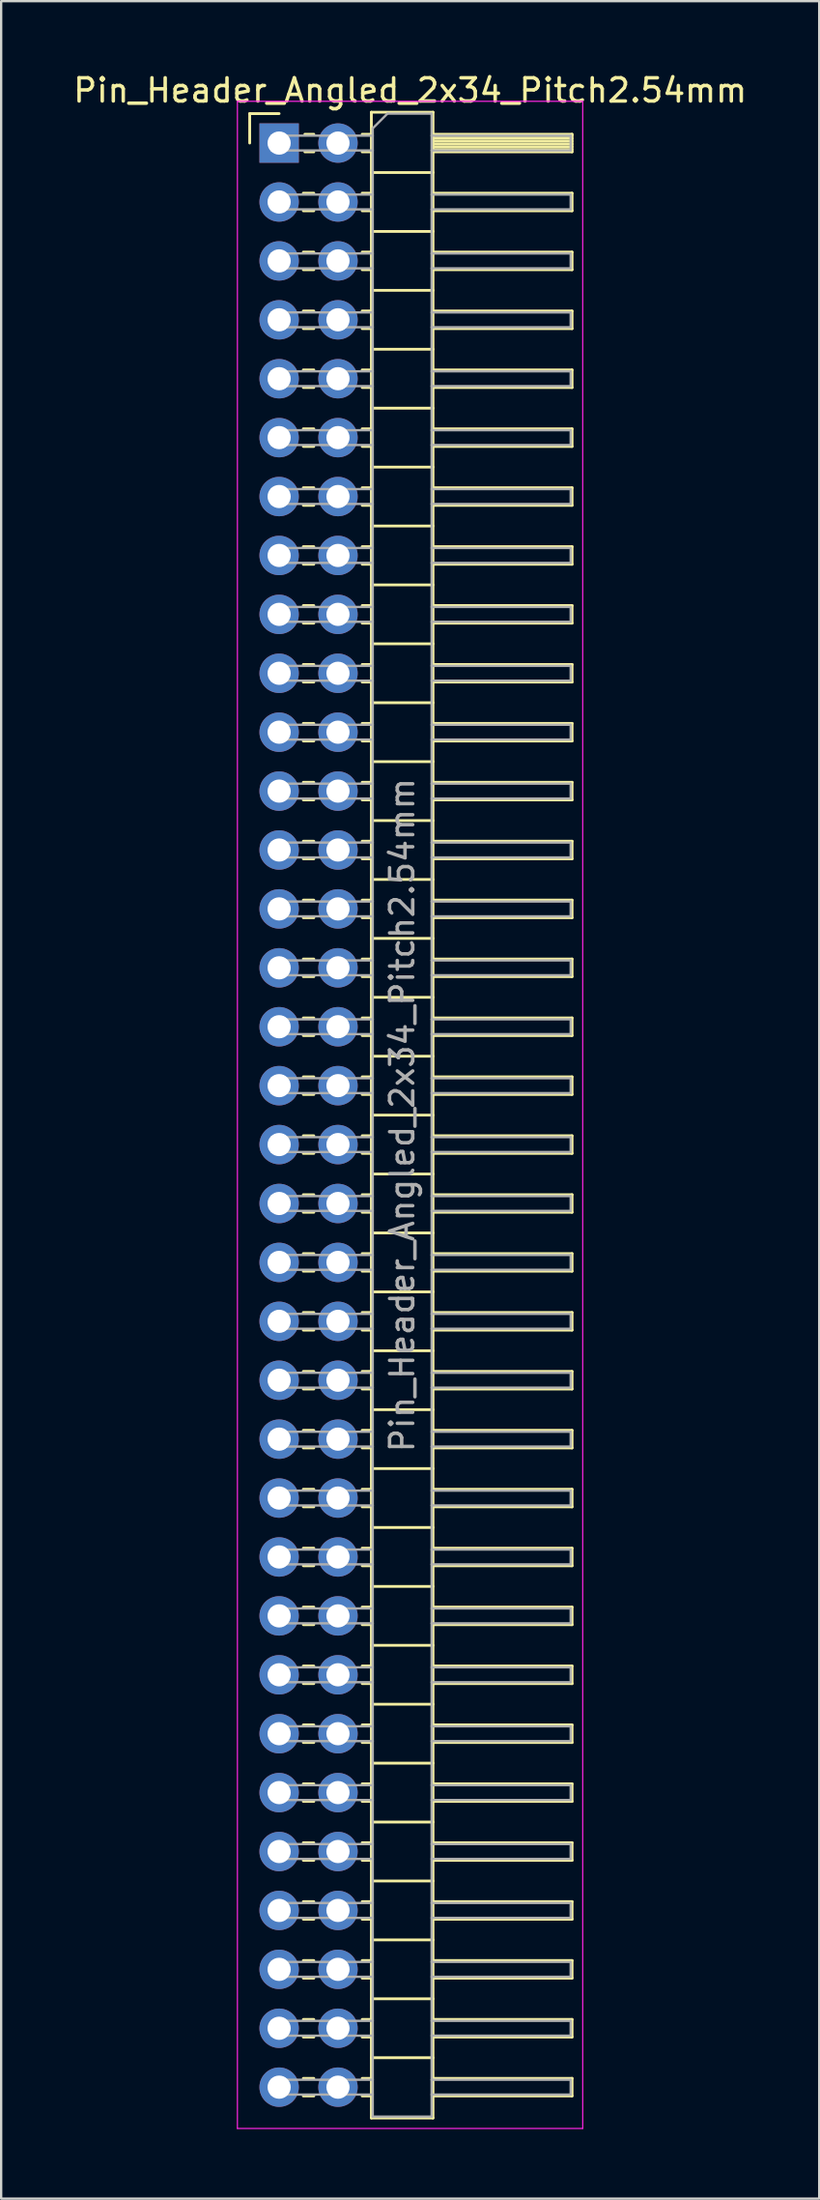
<source format=kicad_pcb>
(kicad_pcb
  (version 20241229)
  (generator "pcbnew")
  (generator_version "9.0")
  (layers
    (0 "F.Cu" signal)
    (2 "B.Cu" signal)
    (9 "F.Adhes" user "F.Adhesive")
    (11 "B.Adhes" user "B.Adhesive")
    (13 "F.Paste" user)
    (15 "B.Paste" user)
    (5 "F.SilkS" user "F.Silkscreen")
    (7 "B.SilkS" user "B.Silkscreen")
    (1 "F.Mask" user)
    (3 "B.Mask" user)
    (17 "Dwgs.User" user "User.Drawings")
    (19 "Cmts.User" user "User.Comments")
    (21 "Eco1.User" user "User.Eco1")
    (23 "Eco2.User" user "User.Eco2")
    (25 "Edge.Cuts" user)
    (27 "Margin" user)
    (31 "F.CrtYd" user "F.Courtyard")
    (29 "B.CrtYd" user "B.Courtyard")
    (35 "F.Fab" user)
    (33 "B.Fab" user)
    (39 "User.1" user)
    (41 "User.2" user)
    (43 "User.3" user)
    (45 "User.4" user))
  (footprint "Pin_Header_Angled_2x34_Pitch2.54mm"
    (layer "F.Cu")
    (at 8.994 3.118)
    (property "Reference" "Pin_Header_Angled_2x34_Pitch2.54mm" (at 5.655 -2.27 0) (layer "F.SilkS") (effects (font (size 1 1) (thickness 0.15))))
    (attr through_hole)
    (fp_line (start -1.27 -1.27) (end 0 -1.27) (stroke (width 0.12) (type solid)) (layer "F.SilkS"))
    (fp_line (start -1.27 0) (end -1.27 -1.27) (stroke (width 0.12) (type solid)) (layer "F.SilkS"))
    (fp_line (start 1.043 2.16) (end 1.497 2.16) (stroke (width 0.12) (type solid)) (layer "F.SilkS"))
    (fp_line (start 1.043 2.92) (end 1.497 2.92) (stroke (width 0.12) (type solid)) (layer "F.SilkS"))
    (fp_line (start 1.043 4.7) (end 1.497 4.7) (stroke (width 0.12) (type solid)) (layer "F.SilkS"))
    (fp_line (start 1.043 5.46) (end 1.497 5.46) (stroke (width 0.12) (type solid)) (layer "F.SilkS"))
    (fp_line (start 1.043 7.24) (end 1.497 7.24) (stroke (width 0.12) (type solid)) (layer "F.SilkS"))
    (fp_line (start 1.043 8) (end 1.497 8) (stroke (width 0.12) (type solid)) (layer "F.SilkS"))
    (fp_line (start 1.043 9.78) (end 1.497 9.78) (stroke (width 0.12) (type solid)) (layer "F.SilkS"))
    (fp_line (start 1.043 10.54) (end 1.497 10.54) (stroke (width 0.12) (type solid)) (layer "F.SilkS"))
    (fp_line (start 1.043 12.32) (end 1.497 12.32) (stroke (width 0.12) (type solid)) (layer "F.SilkS"))
    (fp_line (start 1.043 13.08) (end 1.497 13.08) (stroke (width 0.12) (type solid)) (layer "F.SilkS"))
    (fp_line (start 1.043 14.86) (end 1.497 14.86) (stroke (width 0.12) (type solid)) (layer "F.SilkS"))
    (fp_line (start 1.043 15.62) (end 1.497 15.62) (stroke (width 0.12) (type solid)) (layer "F.SilkS"))
    (fp_line (start 1.043 17.4) (end 1.497 17.4) (stroke (width 0.12) (type solid)) (layer "F.SilkS"))
    (fp_line (start 1.043 18.16) (end 1.497 18.16) (stroke (width 0.12) (type solid)) (layer "F.SilkS"))
    (fp_line (start 1.043 19.94) (end 1.497 19.94) (stroke (width 0.12) (type solid)) (layer "F.SilkS"))
    (fp_line (start 1.043 20.7) (end 1.497 20.7) (stroke (width 0.12) (type solid)) (layer "F.SilkS"))
    (fp_line (start 1.043 22.48) (end 1.497 22.48) (stroke (width 0.12) (type solid)) (layer "F.SilkS"))
    (fp_line (start 1.043 23.24) (end 1.497 23.24) (stroke (width 0.12) (type solid)) (layer "F.SilkS"))
    (fp_line (start 1.043 25.02) (end 1.497 25.02) (stroke (width 0.12) (type solid)) (layer "F.SilkS"))
    (fp_line (start 1.043 25.78) (end 1.497 25.78) (stroke (width 0.12) (type solid)) (layer "F.SilkS"))
    (fp_line (start 1.043 27.56) (end 1.497 27.56) (stroke (width 0.12) (type solid)) (layer "F.SilkS"))
    (fp_line (start 1.043 28.32) (end 1.497 28.32) (stroke (width 0.12) (type solid)) (layer "F.SilkS"))
    (fp_line (start 1.043 30.1) (end 1.497 30.1) (stroke (width 0.12) (type solid)) (layer "F.SilkS"))
    (fp_line (start 1.043 30.86) (end 1.497 30.86) (stroke (width 0.12) (type solid)) (layer "F.SilkS"))
    (fp_line (start 1.043 32.64) (end 1.497 32.64) (stroke (width 0.12) (type solid)) (layer "F.SilkS"))
    (fp_line (start 1.043 33.4) (end 1.497 33.4) (stroke (width 0.12) (type solid)) (layer "F.SilkS"))
    (fp_line (start 1.043 35.18) (end 1.497 35.18) (stroke (width 0.12) (type solid)) (layer "F.SilkS"))
    (fp_line (start 1.043 35.94) (end 1.497 35.94) (stroke (width 0.12) (type solid)) (layer "F.SilkS"))
    (fp_line (start 1.043 37.72) (end 1.497 37.72) (stroke (width 0.12) (type solid)) (layer "F.SilkS"))
    (fp_line (start 1.043 38.48) (end 1.497 38.48) (stroke (width 0.12) (type solid)) (layer "F.SilkS"))
    (fp_line (start 1.043 40.26) (end 1.497 40.26) (stroke (width 0.12) (type solid)) (layer "F.SilkS"))
    (fp_line (start 1.043 41.02) (end 1.497 41.02) (stroke (width 0.12) (type solid)) (layer "F.SilkS"))
    (fp_line (start 1.043 42.8) (end 1.497 42.8) (stroke (width 0.12) (type solid)) (layer "F.SilkS"))
    (fp_line (start 1.043 43.56) (end 1.497 43.56) (stroke (width 0.12) (type solid)) (layer "F.SilkS"))
    (fp_line (start 1.043 45.34) (end 1.497 45.34) (stroke (width 0.12) (type solid)) (layer "F.SilkS"))
    (fp_line (start 1.043 46.1) (end 1.497 46.1) (stroke (width 0.12) (type solid)) (layer "F.SilkS"))
    (fp_line (start 1.043 47.88) (end 1.497 47.88) (stroke (width 0.12) (type solid)) (layer "F.SilkS"))
    (fp_line (start 1.043 48.64) (end 1.497 48.64) (stroke (width 0.12) (type solid)) (layer "F.SilkS"))
    (fp_line (start 1.043 50.42) (end 1.497 50.42) (stroke (width 0.12) (type solid)) (layer "F.SilkS"))
    (fp_line (start 1.043 51.18) (end 1.497 51.18) (stroke (width 0.12) (type solid)) (layer "F.SilkS"))
    (fp_line (start 1.043 52.96) (end 1.497 52.96) (stroke (width 0.12) (type solid)) (layer "F.SilkS"))
    (fp_line (start 1.043 53.72) (end 1.497 53.72) (stroke (width 0.12) (type solid)) (layer "F.SilkS"))
    (fp_line (start 1.043 55.5) (end 1.497 55.5) (stroke (width 0.12) (type solid)) (layer "F.SilkS"))
    (fp_line (start 1.043 56.26) (end 1.497 56.26) (stroke (width 0.12) (type solid)) (layer "F.SilkS"))
    (fp_line (start 1.043 58.04) (end 1.497 58.04) (stroke (width 0.12) (type solid)) (layer "F.SilkS"))
    (fp_line (start 1.043 58.8) (end 1.497 58.8) (stroke (width 0.12) (type solid)) (layer "F.SilkS"))
    (fp_line (start 1.043 60.58) (end 1.497 60.58) (stroke (width 0.12) (type solid)) (layer "F.SilkS"))
    (fp_line (start 1.043 61.34) (end 1.497 61.34) (stroke (width 0.12) (type solid)) (layer "F.SilkS"))
    (fp_line (start 1.043 63.12) (end 1.497 63.12) (stroke (width 0.12) (type solid)) (layer "F.SilkS"))
    (fp_line (start 1.043 63.88) (end 1.497 63.88) (stroke (width 0.12) (type solid)) (layer "F.SilkS"))
    (fp_line (start 1.043 65.66) (end 1.497 65.66) (stroke (width 0.12) (type solid)) (layer "F.SilkS"))
    (fp_line (start 1.043 66.42) (end 1.497 66.42) (stroke (width 0.12) (type solid)) (layer "F.SilkS"))
    (fp_line (start 1.043 68.2) (end 1.497 68.2) (stroke (width 0.12) (type solid)) (layer "F.SilkS"))
    (fp_line (start 1.043 68.96) (end 1.497 68.96) (stroke (width 0.12) (type solid)) (layer "F.SilkS"))
    (fp_line (start 1.043 70.74) (end 1.497 70.74) (stroke (width 0.12) (type solid)) (layer "F.SilkS"))
    (fp_line (start 1.043 71.5) (end 1.497 71.5) (stroke (width 0.12) (type solid)) (layer "F.SilkS"))
    (fp_line (start 1.043 73.28) (end 1.497 73.28) (stroke (width 0.12) (type solid)) (layer "F.SilkS"))
    (fp_line (start 1.043 74.04) (end 1.497 74.04) (stroke (width 0.12) (type solid)) (layer "F.SilkS"))
    (fp_line (start 1.043 75.82) (end 1.497 75.82) (stroke (width 0.12) (type solid)) (layer "F.SilkS"))
    (fp_line (start 1.043 76.58) (end 1.497 76.58) (stroke (width 0.12) (type solid)) (layer "F.SilkS"))
    (fp_line (start 1.043 78.36) (end 1.497 78.36) (stroke (width 0.12) (type solid)) (layer "F.SilkS"))
    (fp_line (start 1.043 79.12) (end 1.497 79.12) (stroke (width 0.12) (type solid)) (layer "F.SilkS"))
    (fp_line (start 1.043 80.9) (end 1.497 80.9) (stroke (width 0.12) (type solid)) (layer "F.SilkS"))
    (fp_line (start 1.043 81.66) (end 1.497 81.66) (stroke (width 0.12) (type solid)) (layer "F.SilkS"))
    (fp_line (start 1.043 83.44) (end 1.497 83.44) (stroke (width 0.12) (type solid)) (layer "F.SilkS"))
    (fp_line (start 1.043 84.2) (end 1.497 84.2) (stroke (width 0.12) (type solid)) (layer "F.SilkS"))
    (fp_line (start 1.11 -0.38) (end 1.497 -0.38) (stroke (width 0.12) (type solid)) (layer "F.SilkS"))
    (fp_line (start 1.11 0.38) (end 1.497 0.38) (stroke (width 0.12) (type solid)) (layer "F.SilkS"))
    (fp_line (start 3.583 -0.38) (end 3.98 -0.38) (stroke (width 0.12) (type solid)) (layer "F.SilkS"))
    (fp_line (start 3.583 0.38) (end 3.98 0.38) (stroke (width 0.12) (type solid)) (layer "F.SilkS"))
    (fp_line (start 3.583 2.16) (end 3.98 2.16) (stroke (width 0.12) (type solid)) (layer "F.SilkS"))
    (fp_line (start 3.583 2.92) (end 3.98 2.92) (stroke (width 0.12) (type solid)) (layer "F.SilkS"))
    (fp_line (start 3.583 4.7) (end 3.98 4.7) (stroke (width 0.12) (type solid)) (layer "F.SilkS"))
    (fp_line (start 3.583 5.46) (end 3.98 5.46) (stroke (width 0.12) (type solid)) (layer "F.SilkS"))
    (fp_line (start 3.583 7.24) (end 3.98 7.24) (stroke (width 0.12) (type solid)) (layer "F.SilkS"))
    (fp_line (start 3.583 8) (end 3.98 8) (stroke (width 0.12) (type solid)) (layer "F.SilkS"))
    (fp_line (start 3.583 9.78) (end 3.98 9.78) (stroke (width 0.12) (type solid)) (layer "F.SilkS"))
    (fp_line (start 3.583 10.54) (end 3.98 10.54) (stroke (width 0.12) (type solid)) (layer "F.SilkS"))
    (fp_line (start 3.583 12.32) (end 3.98 12.32) (stroke (width 0.12) (type solid)) (layer "F.SilkS"))
    (fp_line (start 3.583 13.08) (end 3.98 13.08) (stroke (width 0.12) (type solid)) (layer "F.SilkS"))
    (fp_line (start 3.583 14.86) (end 3.98 14.86) (stroke (width 0.12) (type solid)) (layer "F.SilkS"))
    (fp_line (start 3.583 15.62) (end 3.98 15.62) (stroke (width 0.12) (type solid)) (layer "F.SilkS"))
    (fp_line (start 3.583 17.4) (end 3.98 17.4) (stroke (width 0.12) (type solid)) (layer "F.SilkS"))
    (fp_line (start 3.583 18.16) (end 3.98 18.16) (stroke (width 0.12) (type solid)) (layer "F.SilkS"))
    (fp_line (start 3.583 19.94) (end 3.98 19.94) (stroke (width 0.12) (type solid)) (layer "F.SilkS"))
    (fp_line (start 3.583 20.7) (end 3.98 20.7) (stroke (width 0.12) (type solid)) (layer "F.SilkS"))
    (fp_line (start 3.583 22.48) (end 3.98 22.48) (stroke (width 0.12) (type solid)) (layer "F.SilkS"))
    (fp_line (start 3.583 23.24) (end 3.98 23.24) (stroke (width 0.12) (type solid)) (layer "F.SilkS"))
    (fp_line (start 3.583 25.02) (end 3.98 25.02) (stroke (width 0.12) (type solid)) (layer "F.SilkS"))
    (fp_line (start 3.583 25.78) (end 3.98 25.78) (stroke (width 0.12) (type solid)) (layer "F.SilkS"))
    (fp_line (start 3.583 27.56) (end 3.98 27.56) (stroke (width 0.12) (type solid)) (layer "F.SilkS"))
    (fp_line (start 3.583 28.32) (end 3.98 28.32) (stroke (width 0.12) (type solid)) (layer "F.SilkS"))
    (fp_line (start 3.583 30.1) (end 3.98 30.1) (stroke (width 0.12) (type solid)) (layer "F.SilkS"))
    (fp_line (start 3.583 30.86) (end 3.98 30.86) (stroke (width 0.12) (type solid)) (layer "F.SilkS"))
    (fp_line (start 3.583 32.64) (end 3.98 32.64) (stroke (width 0.12) (type solid)) (layer "F.SilkS"))
    (fp_line (start 3.583 33.4) (end 3.98 33.4) (stroke (width 0.12) (type solid)) (layer "F.SilkS"))
    (fp_line (start 3.583 35.18) (end 3.98 35.18) (stroke (width 0.12) (type solid)) (layer "F.SilkS"))
    (fp_line (start 3.583 35.94) (end 3.98 35.94) (stroke (width 0.12) (type solid)) (layer "F.SilkS"))
    (fp_line (start 3.583 37.72) (end 3.98 37.72) (stroke (width 0.12) (type solid)) (layer "F.SilkS"))
    (fp_line (start 3.583 38.48) (end 3.98 38.48) (stroke (width 0.12) (type solid)) (layer "F.SilkS"))
    (fp_line (start 3.583 40.26) (end 3.98 40.26) (stroke (width 0.12) (type solid)) (layer "F.SilkS"))
    (fp_line (start 3.583 41.02) (end 3.98 41.02) (stroke (width 0.12) (type solid)) (layer "F.SilkS"))
    (fp_line (start 3.583 42.8) (end 3.98 42.8) (stroke (width 0.12) (type solid)) (layer "F.SilkS"))
    (fp_line (start 3.583 43.56) (end 3.98 43.56) (stroke (width 0.12) (type solid)) (layer "F.SilkS"))
    (fp_line (start 3.583 45.34) (end 3.98 45.34) (stroke (width 0.12) (type solid)) (layer "F.SilkS"))
    (fp_line (start 3.583 46.1) (end 3.98 46.1) (stroke (width 0.12) (type solid)) (layer "F.SilkS"))
    (fp_line (start 3.583 47.88) (end 3.98 47.88) (stroke (width 0.12) (type solid)) (layer "F.SilkS"))
    (fp_line (start 3.583 48.64) (end 3.98 48.64) (stroke (width 0.12) (type solid)) (layer "F.SilkS"))
    (fp_line (start 3.583 50.42) (end 3.98 50.42) (stroke (width 0.12) (type solid)) (layer "F.SilkS"))
    (fp_line (start 3.583 51.18) (end 3.98 51.18) (stroke (width 0.12) (type solid)) (layer "F.SilkS"))
    (fp_line (start 3.583 52.96) (end 3.98 52.96) (stroke (width 0.12) (type solid)) (layer "F.SilkS"))
    (fp_line (start 3.583 53.72) (end 3.98 53.72) (stroke (width 0.12) (type solid)) (layer "F.SilkS"))
    (fp_line (start 3.583 55.5) (end 3.98 55.5) (stroke (width 0.12) (type solid)) (layer "F.SilkS"))
    (fp_line (start 3.583 56.26) (end 3.98 56.26) (stroke (width 0.12) (type solid)) (layer "F.SilkS"))
    (fp_line (start 3.583 58.04) (end 3.98 58.04) (stroke (width 0.12) (type solid)) (layer "F.SilkS"))
    (fp_line (start 3.583 58.8) (end 3.98 58.8) (stroke (width 0.12) (type solid)) (layer "F.SilkS"))
    (fp_line (start 3.583 60.58) (end 3.98 60.58) (stroke (width 0.12) (type solid)) (layer "F.SilkS"))
    (fp_line (start 3.583 61.34) (end 3.98 61.34) (stroke (width 0.12) (type solid)) (layer "F.SilkS"))
    (fp_line (start 3.583 63.12) (end 3.98 63.12) (stroke (width 0.12) (type solid)) (layer "F.SilkS"))
    (fp_line (start 3.583 63.88) (end 3.98 63.88) (stroke (width 0.12) (type solid)) (layer "F.SilkS"))
    (fp_line (start 3.583 65.66) (end 3.98 65.66) (stroke (width 0.12) (type solid)) (layer "F.SilkS"))
    (fp_line (start 3.583 66.42) (end 3.98 66.42) (stroke (width 0.12) (type solid)) (layer "F.SilkS"))
    (fp_line (start 3.583 68.2) (end 3.98 68.2) (stroke (width 0.12) (type solid)) (layer "F.SilkS"))
    (fp_line (start 3.583 68.96) (end 3.98 68.96) (stroke (width 0.12) (type solid)) (layer "F.SilkS"))
    (fp_line (start 3.583 70.74) (end 3.98 70.74) (stroke (width 0.12) (type solid)) (layer "F.SilkS"))
    (fp_line (start 3.583 71.5) (end 3.98 71.5) (stroke (width 0.12) (type solid)) (layer "F.SilkS"))
    (fp_line (start 3.583 73.28) (end 3.98 73.28) (stroke (width 0.12) (type solid)) (layer "F.SilkS"))
    (fp_line (start 3.583 74.04) (end 3.98 74.04) (stroke (width 0.12) (type solid)) (layer "F.SilkS"))
    (fp_line (start 3.583 75.82) (end 3.98 75.82) (stroke (width 0.12) (type solid)) (layer "F.SilkS"))
    (fp_line (start 3.583 76.58) (end 3.98 76.58) (stroke (width 0.12) (type solid)) (layer "F.SilkS"))
    (fp_line (start 3.583 78.36) (end 3.98 78.36) (stroke (width 0.12) (type solid)) (layer "F.SilkS"))
    (fp_line (start 3.583 79.12) (end 3.98 79.12) (stroke (width 0.12) (type solid)) (layer "F.SilkS"))
    (fp_line (start 3.583 80.9) (end 3.98 80.9) (stroke (width 0.12) (type solid)) (layer "F.SilkS"))
    (fp_line (start 3.583 81.66) (end 3.98 81.66) (stroke (width 0.12) (type solid)) (layer "F.SilkS"))
    (fp_line (start 3.583 83.44) (end 3.98 83.44) (stroke (width 0.12) (type solid)) (layer "F.SilkS"))
    (fp_line (start 3.583 84.2) (end 3.98 84.2) (stroke (width 0.12) (type solid)) (layer "F.SilkS"))
    (fp_line (start 3.98 -1.33) (end 3.98 85.15) (stroke (width 0.12) (type solid)) (layer "F.SilkS"))
    (fp_line (start 3.98 1.27) (end 6.64 1.27) (stroke (width 0.12) (type solid)) (layer "F.SilkS"))
    (fp_line (start 3.98 3.81) (end 6.64 3.81) (stroke (width 0.12) (type solid)) (layer "F.SilkS"))
    (fp_line (start 3.98 6.35) (end 6.64 6.35) (stroke (width 0.12) (type solid)) (layer "F.SilkS"))
    (fp_line (start 3.98 8.89) (end 6.64 8.89) (stroke (width 0.12) (type solid)) (layer "F.SilkS"))
    (fp_line (start 3.98 11.43) (end 6.64 11.43) (stroke (width 0.12) (type solid)) (layer "F.SilkS"))
    (fp_line (start 3.98 13.97) (end 6.64 13.97) (stroke (width 0.12) (type solid)) (layer "F.SilkS"))
    (fp_line (start 3.98 16.51) (end 6.64 16.51) (stroke (width 0.12) (type solid)) (layer "F.SilkS"))
    (fp_line (start 3.98 19.05) (end 6.64 19.05) (stroke (width 0.12) (type solid)) (layer "F.SilkS"))
    (fp_line (start 3.98 21.59) (end 6.64 21.59) (stroke (width 0.12) (type solid)) (layer "F.SilkS"))
    (fp_line (start 3.98 24.13) (end 6.64 24.13) (stroke (width 0.12) (type solid)) (layer "F.SilkS"))
    (fp_line (start 3.98 26.67) (end 6.64 26.67) (stroke (width 0.12) (type solid)) (layer "F.SilkS"))
    (fp_line (start 3.98 29.21) (end 6.64 29.21) (stroke (width 0.12) (type solid)) (layer "F.SilkS"))
    (fp_line (start 3.98 31.75) (end 6.64 31.75) (stroke (width 0.12) (type solid)) (layer "F.SilkS"))
    (fp_line (start 3.98 34.29) (end 6.64 34.29) (stroke (width 0.12) (type solid)) (layer "F.SilkS"))
    (fp_line (start 3.98 36.83) (end 6.64 36.83) (stroke (width 0.12) (type solid)) (layer "F.SilkS"))
    (fp_line (start 3.98 39.37) (end 6.64 39.37) (stroke (width 0.12) (type solid)) (layer "F.SilkS"))
    (fp_line (start 3.98 41.91) (end 6.64 41.91) (stroke (width 0.12) (type solid)) (layer "F.SilkS"))
    (fp_line (start 3.98 44.45) (end 6.64 44.45) (stroke (width 0.12) (type solid)) (layer "F.SilkS"))
    (fp_line (start 3.98 46.99) (end 6.64 46.99) (stroke (width 0.12) (type solid)) (layer "F.SilkS"))
    (fp_line (start 3.98 49.53) (end 6.64 49.53) (stroke (width 0.12) (type solid)) (layer "F.SilkS"))
    (fp_line (start 3.98 52.07) (end 6.64 52.07) (stroke (width 0.12) (type solid)) (layer "F.SilkS"))
    (fp_line (start 3.98 54.61) (end 6.64 54.61) (stroke (width 0.12) (type solid)) (layer "F.SilkS"))
    (fp_line (start 3.98 57.15) (end 6.64 57.15) (stroke (width 0.12) (type solid)) (layer "F.SilkS"))
    (fp_line (start 3.98 59.69) (end 6.64 59.69) (stroke (width 0.12) (type solid)) (layer "F.SilkS"))
    (fp_line (start 3.98 62.23) (end 6.64 62.23) (stroke (width 0.12) (type solid)) (layer "F.SilkS"))
    (fp_line (start 3.98 64.77) (end 6.64 64.77) (stroke (width 0.12) (type solid)) (layer "F.SilkS"))
    (fp_line (start 3.98 67.31) (end 6.64 67.31) (stroke (width 0.12) (type solid)) (layer "F.SilkS"))
    (fp_line (start 3.98 69.85) (end 6.64 69.85) (stroke (width 0.12) (type solid)) (layer "F.SilkS"))
    (fp_line (start 3.98 72.39) (end 6.64 72.39) (stroke (width 0.12) (type solid)) (layer "F.SilkS"))
    (fp_line (start 3.98 74.93) (end 6.64 74.93) (stroke (width 0.12) (type solid)) (layer "F.SilkS"))
    (fp_line (start 3.98 77.47) (end 6.64 77.47) (stroke (width 0.12) (type solid)) (layer "F.SilkS"))
    (fp_line (start 3.98 80.01) (end 6.64 80.01) (stroke (width 0.12) (type solid)) (layer "F.SilkS"))
    (fp_line (start 3.98 82.55) (end 6.64 82.55) (stroke (width 0.12) (type solid)) (layer "F.SilkS"))
    (fp_line (start 3.98 85.15) (end 6.64 85.15) (stroke (width 0.12) (type solid)) (layer "F.SilkS"))
    (fp_line (start 6.64 -1.33) (end 3.98 -1.33) (stroke (width 0.12) (type solid)) (layer "F.SilkS"))
    (fp_line (start 6.64 -0.38) (end 12.64 -0.38) (stroke (width 0.12) (type solid)) (layer "F.SilkS"))
    (fp_line (start 6.64 -0.32) (end 12.64 -0.32) (stroke (width 0.12) (type solid)) (layer "F.SilkS"))
    (fp_line (start 6.64 -0.2) (end 12.64 -0.2) (stroke (width 0.12) (type solid)) (layer "F.SilkS"))
    (fp_line (start 6.64 -0.08) (end 12.64 -0.08) (stroke (width 0.12) (type solid)) (layer "F.SilkS"))
    (fp_line (start 6.64 0.04) (end 12.64 0.04) (stroke (width 0.12) (type solid)) (layer "F.SilkS"))
    (fp_line (start 6.64 0.16) (end 12.64 0.16) (stroke (width 0.12) (type solid)) (layer "F.SilkS"))
    (fp_line (start 6.64 0.28) (end 12.64 0.28) (stroke (width 0.12) (type solid)) (layer "F.SilkS"))
    (fp_line (start 6.64 2.16) (end 12.64 2.16) (stroke (width 0.12) (type solid)) (layer "F.SilkS"))
    (fp_line (start 6.64 4.7) (end 12.64 4.7) (stroke (width 0.12) (type solid)) (layer "F.SilkS"))
    (fp_line (start 6.64 7.24) (end 12.64 7.24) (stroke (width 0.12) (type solid)) (layer "F.SilkS"))
    (fp_line (start 6.64 9.78) (end 12.64 9.78) (stroke (width 0.12) (type solid)) (layer "F.SilkS"))
    (fp_line (start 6.64 12.32) (end 12.64 12.32) (stroke (width 0.12) (type solid)) (layer "F.SilkS"))
    (fp_line (start 6.64 14.86) (end 12.64 14.86) (stroke (width 0.12) (type solid)) (layer "F.SilkS"))
    (fp_line (start 6.64 17.4) (end 12.64 17.4) (stroke (width 0.12) (type solid)) (layer "F.SilkS"))
    (fp_line (start 6.64 19.94) (end 12.64 19.94) (stroke (width 0.12) (type solid)) (layer "F.SilkS"))
    (fp_line (start 6.64 22.48) (end 12.64 22.48) (stroke (width 0.12) (type solid)) (layer "F.SilkS"))
    (fp_line (start 6.64 25.02) (end 12.64 25.02) (stroke (width 0.12) (type solid)) (layer "F.SilkS"))
    (fp_line (start 6.64 27.56) (end 12.64 27.56) (stroke (width 0.12) (type solid)) (layer "F.SilkS"))
    (fp_line (start 6.64 30.1) (end 12.64 30.1) (stroke (width 0.12) (type solid)) (layer "F.SilkS"))
    (fp_line (start 6.64 32.64) (end 12.64 32.64) (stroke (width 0.12) (type solid)) (layer "F.SilkS"))
    (fp_line (start 6.64 35.18) (end 12.64 35.18) (stroke (width 0.12) (type solid)) (layer "F.SilkS"))
    (fp_line (start 6.64 37.72) (end 12.64 37.72) (stroke (width 0.12) (type solid)) (layer "F.SilkS"))
    (fp_line (start 6.64 40.26) (end 12.64 40.26) (stroke (width 0.12) (type solid)) (layer "F.SilkS"))
    (fp_line (start 6.64 42.8) (end 12.64 42.8) (stroke (width 0.12) (type solid)) (layer "F.SilkS"))
    (fp_line (start 6.64 45.34) (end 12.64 45.34) (stroke (width 0.12) (type solid)) (layer "F.SilkS"))
    (fp_line (start 6.64 47.88) (end 12.64 47.88) (stroke (width 0.12) (type solid)) (layer "F.SilkS"))
    (fp_line (start 6.64 50.42) (end 12.64 50.42) (stroke (width 0.12) (type solid)) (layer "F.SilkS"))
    (fp_line (start 6.64 52.96) (end 12.64 52.96) (stroke (width 0.12) (type solid)) (layer "F.SilkS"))
    (fp_line (start 6.64 55.5) (end 12.64 55.5) (stroke (width 0.12) (type solid)) (layer "F.SilkS"))
    (fp_line (start 6.64 58.04) (end 12.64 58.04) (stroke (width 0.12) (type solid)) (layer "F.SilkS"))
    (fp_line (start 6.64 60.58) (end 12.64 60.58) (stroke (width 0.12) (type solid)) (layer "F.SilkS"))
    (fp_line (start 6.64 63.12) (end 12.64 63.12) (stroke (width 0.12) (type solid)) (layer "F.SilkS"))
    (fp_line (start 6.64 65.66) (end 12.64 65.66) (stroke (width 0.12) (type solid)) (layer "F.SilkS"))
    (fp_line (start 6.64 68.2) (end 12.64 68.2) (stroke (width 0.12) (type solid)) (layer "F.SilkS"))
    (fp_line (start 6.64 70.74) (end 12.64 70.74) (stroke (width 0.12) (type solid)) (layer "F.SilkS"))
    (fp_line (start 6.64 73.28) (end 12.64 73.28) (stroke (width 0.12) (type solid)) (layer "F.SilkS"))
    (fp_line (start 6.64 75.82) (end 12.64 75.82) (stroke (width 0.12) (type solid)) (layer "F.SilkS"))
    (fp_line (start 6.64 78.36) (end 12.64 78.36) (stroke (width 0.12) (type solid)) (layer "F.SilkS"))
    (fp_line (start 6.64 80.9) (end 12.64 80.9) (stroke (width 0.12) (type solid)) (layer "F.SilkS"))
    (fp_line (start 6.64 83.44) (end 12.64 83.44) (stroke (width 0.12) (type solid)) (layer "F.SilkS"))
    (fp_line (start 6.64 85.15) (end 6.64 -1.33) (stroke (width 0.12) (type solid)) (layer "F.SilkS"))
    (fp_line (start 12.64 -0.38) (end 12.64 0.38) (stroke (width 0.12) (type solid)) (layer "F.SilkS"))
    (fp_line (start 12.64 0.38) (end 6.64 0.38) (stroke (width 0.12) (type solid)) (layer "F.SilkS"))
    (fp_line (start 12.64 2.16) (end 12.64 2.92) (stroke (width 0.12) (type solid)) (layer "F.SilkS"))
    (fp_line (start 12.64 2.92) (end 6.64 2.92) (stroke (width 0.12) (type solid)) (layer "F.SilkS"))
    (fp_line (start 12.64 4.7) (end 12.64 5.46) (stroke (width 0.12) (type solid)) (layer "F.SilkS"))
    (fp_line (start 12.64 5.46) (end 6.64 5.46) (stroke (width 0.12) (type solid)) (layer "F.SilkS"))
    (fp_line (start 12.64 7.24) (end 12.64 8) (stroke (width 0.12) (type solid)) (layer "F.SilkS"))
    (fp_line (start 12.64 8) (end 6.64 8) (stroke (width 0.12) (type solid)) (layer "F.SilkS"))
    (fp_line (start 12.64 9.78) (end 12.64 10.54) (stroke (width 0.12) (type solid)) (layer "F.SilkS"))
    (fp_line (start 12.64 10.54) (end 6.64 10.54) (stroke (width 0.12) (type solid)) (layer "F.SilkS"))
    (fp_line (start 12.64 12.32) (end 12.64 13.08) (stroke (width 0.12) (type solid)) (layer "F.SilkS"))
    (fp_line (start 12.64 13.08) (end 6.64 13.08) (stroke (width 0.12) (type solid)) (layer "F.SilkS"))
    (fp_line (start 12.64 14.86) (end 12.64 15.62) (stroke (width 0.12) (type solid)) (layer "F.SilkS"))
    (fp_line (start 12.64 15.62) (end 6.64 15.62) (stroke (width 0.12) (type solid)) (layer "F.SilkS"))
    (fp_line (start 12.64 17.4) (end 12.64 18.16) (stroke (width 0.12) (type solid)) (layer "F.SilkS"))
    (fp_line (start 12.64 18.16) (end 6.64 18.16) (stroke (width 0.12) (type solid)) (layer "F.SilkS"))
    (fp_line (start 12.64 19.94) (end 12.64 20.7) (stroke (width 0.12) (type solid)) (layer "F.SilkS"))
    (fp_line (start 12.64 20.7) (end 6.64 20.7) (stroke (width 0.12) (type solid)) (layer "F.SilkS"))
    (fp_line (start 12.64 22.48) (end 12.64 23.24) (stroke (width 0.12) (type solid)) (layer "F.SilkS"))
    (fp_line (start 12.64 23.24) (end 6.64 23.24) (stroke (width 0.12) (type solid)) (layer "F.SilkS"))
    (fp_line (start 12.64 25.02) (end 12.64 25.78) (stroke (width 0.12) (type solid)) (layer "F.SilkS"))
    (fp_line (start 12.64 25.78) (end 6.64 25.78) (stroke (width 0.12) (type solid)) (layer "F.SilkS"))
    (fp_line (start 12.64 27.56) (end 12.64 28.32) (stroke (width 0.12) (type solid)) (layer "F.SilkS"))
    (fp_line (start 12.64 28.32) (end 6.64 28.32) (stroke (width 0.12) (type solid)) (layer "F.SilkS"))
    (fp_line (start 12.64 30.1) (end 12.64 30.86) (stroke (width 0.12) (type solid)) (layer "F.SilkS"))
    (fp_line (start 12.64 30.86) (end 6.64 30.86) (stroke (width 0.12) (type solid)) (layer "F.SilkS"))
    (fp_line (start 12.64 32.64) (end 12.64 33.4) (stroke (width 0.12) (type solid)) (layer "F.SilkS"))
    (fp_line (start 12.64 33.4) (end 6.64 33.4) (stroke (width 0.12) (type solid)) (layer "F.SilkS"))
    (fp_line (start 12.64 35.18) (end 12.64 35.94) (stroke (width 0.12) (type solid)) (layer "F.SilkS"))
    (fp_line (start 12.64 35.94) (end 6.64 35.94) (stroke (width 0.12) (type solid)) (layer "F.SilkS"))
    (fp_line (start 12.64 37.72) (end 12.64 38.48) (stroke (width 0.12) (type solid)) (layer "F.SilkS"))
    (fp_line (start 12.64 38.48) (end 6.64 38.48) (stroke (width 0.12) (type solid)) (layer "F.SilkS"))
    (fp_line (start 12.64 40.26) (end 12.64 41.02) (stroke (width 0.12) (type solid)) (layer "F.SilkS"))
    (fp_line (start 12.64 41.02) (end 6.64 41.02) (stroke (width 0.12) (type solid)) (layer "F.SilkS"))
    (fp_line (start 12.64 42.8) (end 12.64 43.56) (stroke (width 0.12) (type solid)) (layer "F.SilkS"))
    (fp_line (start 12.64 43.56) (end 6.64 43.56) (stroke (width 0.12) (type solid)) (layer "F.SilkS"))
    (fp_line (start 12.64 45.34) (end 12.64 46.1) (stroke (width 0.12) (type solid)) (layer "F.SilkS"))
    (fp_line (start 12.64 46.1) (end 6.64 46.1) (stroke (width 0.12) (type solid)) (layer "F.SilkS"))
    (fp_line (start 12.64 47.88) (end 12.64 48.64) (stroke (width 0.12) (type solid)) (layer "F.SilkS"))
    (fp_line (start 12.64 48.64) (end 6.64 48.64) (stroke (width 0.12) (type solid)) (layer "F.SilkS"))
    (fp_line (start 12.64 50.42) (end 12.64 51.18) (stroke (width 0.12) (type solid)) (layer "F.SilkS"))
    (fp_line (start 12.64 51.18) (end 6.64 51.18) (stroke (width 0.12) (type solid)) (layer "F.SilkS"))
    (fp_line (start 12.64 52.96) (end 12.64 53.72) (stroke (width 0.12) (type solid)) (layer "F.SilkS"))
    (fp_line (start 12.64 53.72) (end 6.64 53.72) (stroke (width 0.12) (type solid)) (layer "F.SilkS"))
    (fp_line (start 12.64 55.5) (end 12.64 56.26) (stroke (width 0.12) (type solid)) (layer "F.SilkS"))
    (fp_line (start 12.64 56.26) (end 6.64 56.26) (stroke (width 0.12) (type solid)) (layer "F.SilkS"))
    (fp_line (start 12.64 58.04) (end 12.64 58.8) (stroke (width 0.12) (type solid)) (layer "F.SilkS"))
    (fp_line (start 12.64 58.8) (end 6.64 58.8) (stroke (width 0.12) (type solid)) (layer "F.SilkS"))
    (fp_line (start 12.64 60.58) (end 12.64 61.34) (stroke (width 0.12) (type solid)) (layer "F.SilkS"))
    (fp_line (start 12.64 61.34) (end 6.64 61.34) (stroke (width 0.12) (type solid)) (layer "F.SilkS"))
    (fp_line (start 12.64 63.12) (end 12.64 63.88) (stroke (width 0.12) (type solid)) (layer "F.SilkS"))
    (fp_line (start 12.64 63.88) (end 6.64 63.88) (stroke (width 0.12) (type solid)) (layer "F.SilkS"))
    (fp_line (start 12.64 65.66) (end 12.64 66.42) (stroke (width 0.12) (type solid)) (layer "F.SilkS"))
    (fp_line (start 12.64 66.42) (end 6.64 66.42) (stroke (width 0.12) (type solid)) (layer "F.SilkS"))
    (fp_line (start 12.64 68.2) (end 12.64 68.96) (stroke (width 0.12) (type solid)) (layer "F.SilkS"))
    (fp_line (start 12.64 68.96) (end 6.64 68.96) (stroke (width 0.12) (type solid)) (layer "F.SilkS"))
    (fp_line (start 12.64 70.74) (end 12.64 71.5) (stroke (width 0.12) (type solid)) (layer "F.SilkS"))
    (fp_line (start 12.64 71.5) (end 6.64 71.5) (stroke (width 0.12) (type solid)) (layer "F.SilkS"))
    (fp_line (start 12.64 73.28) (end 12.64 74.04) (stroke (width 0.12) (type solid)) (layer "F.SilkS"))
    (fp_line (start 12.64 74.04) (end 6.64 74.04) (stroke (width 0.12) (type solid)) (layer "F.SilkS"))
    (fp_line (start 12.64 75.82) (end 12.64 76.58) (stroke (width 0.12) (type solid)) (layer "F.SilkS"))
    (fp_line (start 12.64 76.58) (end 6.64 76.58) (stroke (width 0.12) (type solid)) (layer "F.SilkS"))
    (fp_line (start 12.64 78.36) (end 12.64 79.12) (stroke (width 0.12) (type solid)) (layer "F.SilkS"))
    (fp_line (start 12.64 79.12) (end 6.64 79.12) (stroke (width 0.12) (type solid)) (layer "F.SilkS"))
    (fp_line (start 12.64 80.9) (end 12.64 81.66) (stroke (width 0.12) (type solid)) (layer "F.SilkS"))
    (fp_line (start 12.64 81.66) (end 6.64 81.66) (stroke (width 0.12) (type solid)) (layer "F.SilkS"))
    (fp_line (start 12.64 83.44) (end 12.64 84.2) (stroke (width 0.12) (type solid)) (layer "F.SilkS"))
    (fp_line (start 12.64 84.2) (end 6.64 84.2) (stroke (width 0.12) (type solid)) (layer "F.SilkS"))
    (fp_line (start -1.8 -1.8) (end -1.8 85.6) (stroke (width 0.05) (type solid)) (layer "F.CrtYd"))
    (fp_line (start -1.8 85.6) (end 13.1 85.6) (stroke (width 0.05) (type solid)) (layer "F.CrtYd"))
    (fp_line (start 13.1 -1.8) (end -1.8 -1.8) (stroke (width 0.05) (type solid)) (layer "F.CrtYd"))
    (fp_line (start 13.1 85.6) (end 13.1 -1.8) (stroke (width 0.05) (type solid)) (layer "F.CrtYd"))
    (fp_line (start -0.32 -0.32) (end -0.32 0.32) (stroke (width 0.1) (type solid)) (layer "F.Fab"))
    (fp_line (start -0.32 -0.32) (end 4.04 -0.32) (stroke (width 0.1) (type solid)) (layer "F.Fab"))
    (fp_line (start -0.32 0.32) (end 4.04 0.32) (stroke (width 0.1) (type solid)) (layer "F.Fab"))
    (fp_line (start -0.32 2.22) (end -0.32 2.86) (stroke (width 0.1) (type solid)) (layer "F.Fab"))
    (fp_line (start -0.32 2.22) (end 4.04 2.22) (stroke (width 0.1) (type solid)) (layer "F.Fab"))
    (fp_line (start -0.32 2.86) (end 4.04 2.86) (stroke (width 0.1) (type solid)) (layer "F.Fab"))
    (fp_line (start -0.32 4.76) (end -0.32 5.4) (stroke (width 0.1) (type solid)) (layer "F.Fab"))
    (fp_line (start -0.32 4.76) (end 4.04 4.76) (stroke (width 0.1) (type solid)) (layer "F.Fab"))
    (fp_line (start -0.32 5.4) (end 4.04 5.4) (stroke (width 0.1) (type solid)) (layer "F.Fab"))
    (fp_line (start -0.32 7.3) (end -0.32 7.94) (stroke (width 0.1) (type solid)) (layer "F.Fab"))
    (fp_line (start -0.32 7.3) (end 4.04 7.3) (stroke (width 0.1) (type solid)) (layer "F.Fab"))
    (fp_line (start -0.32 7.94) (end 4.04 7.94) (stroke (width 0.1) (type solid)) (layer "F.Fab"))
    (fp_line (start -0.32 9.84) (end -0.32 10.48) (stroke (width 0.1) (type solid)) (layer "F.Fab"))
    (fp_line (start -0.32 9.84) (end 4.04 9.84) (stroke (width 0.1) (type solid)) (layer "F.Fab"))
    (fp_line (start -0.32 10.48) (end 4.04 10.48) (stroke (width 0.1) (type solid)) (layer "F.Fab"))
    (fp_line (start -0.32 12.38) (end -0.32 13.02) (stroke (width 0.1) (type solid)) (layer "F.Fab"))
    (fp_line (start -0.32 12.38) (end 4.04 12.38) (stroke (width 0.1) (type solid)) (layer "F.Fab"))
    (fp_line (start -0.32 13.02) (end 4.04 13.02) (stroke (width 0.1) (type solid)) (layer "F.Fab"))
    (fp_line (start -0.32 14.92) (end -0.32 15.56) (stroke (width 0.1) (type solid)) (layer "F.Fab"))
    (fp_line (start -0.32 14.92) (end 4.04 14.92) (stroke (width 0.1) (type solid)) (layer "F.Fab"))
    (fp_line (start -0.32 15.56) (end 4.04 15.56) (stroke (width 0.1) (type solid)) (layer "F.Fab"))
    (fp_line (start -0.32 17.46) (end -0.32 18.1) (stroke (width 0.1) (type solid)) (layer "F.Fab"))
    (fp_line (start -0.32 17.46) (end 4.04 17.46) (stroke (width 0.1) (type solid)) (layer "F.Fab"))
    (fp_line (start -0.32 18.1) (end 4.04 18.1) (stroke (width 0.1) (type solid)) (layer "F.Fab"))
    (fp_line (start -0.32 20) (end -0.32 20.64) (stroke (width 0.1) (type solid)) (layer "F.Fab"))
    (fp_line (start -0.32 20) (end 4.04 20) (stroke (width 0.1) (type solid)) (layer "F.Fab"))
    (fp_line (start -0.32 20.64) (end 4.04 20.64) (stroke (width 0.1) (type solid)) (layer "F.Fab"))
    (fp_line (start -0.32 22.54) (end -0.32 23.18) (stroke (width 0.1) (type solid)) (layer "F.Fab"))
    (fp_line (start -0.32 22.54) (end 4.04 22.54) (stroke (width 0.1) (type solid)) (layer "F.Fab"))
    (fp_line (start -0.32 23.18) (end 4.04 23.18) (stroke (width 0.1) (type solid)) (layer "F.Fab"))
    (fp_line (start -0.32 25.08) (end -0.32 25.72) (stroke (width 0.1) (type solid)) (layer "F.Fab"))
    (fp_line (start -0.32 25.08) (end 4.04 25.08) (stroke (width 0.1) (type solid)) (layer "F.Fab"))
    (fp_line (start -0.32 25.72) (end 4.04 25.72) (stroke (width 0.1) (type solid)) (layer "F.Fab"))
    (fp_line (start -0.32 27.62) (end -0.32 28.26) (stroke (width 0.1) (type solid)) (layer "F.Fab"))
    (fp_line (start -0.32 27.62) (end 4.04 27.62) (stroke (width 0.1) (type solid)) (layer "F.Fab"))
    (fp_line (start -0.32 28.26) (end 4.04 28.26) (stroke (width 0.1) (type solid)) (layer "F.Fab"))
    (fp_line (start -0.32 30.16) (end -0.32 30.8) (stroke (width 0.1) (type solid)) (layer "F.Fab"))
    (fp_line (start -0.32 30.16) (end 4.04 30.16) (stroke (width 0.1) (type solid)) (layer "F.Fab"))
    (fp_line (start -0.32 30.8) (end 4.04 30.8) (stroke (width 0.1) (type solid)) (layer "F.Fab"))
    (fp_line (start -0.32 32.7) (end -0.32 33.34) (stroke (width 0.1) (type solid)) (layer "F.Fab"))
    (fp_line (start -0.32 32.7) (end 4.04 32.7) (stroke (width 0.1) (type solid)) (layer "F.Fab"))
    (fp_line (start -0.32 33.34) (end 4.04 33.34) (stroke (width 0.1) (type solid)) (layer "F.Fab"))
    (fp_line (start -0.32 35.24) (end -0.32 35.88) (stroke (width 0.1) (type solid)) (layer "F.Fab"))
    (fp_line (start -0.32 35.24) (end 4.04 35.24) (stroke (width 0.1) (type solid)) (layer "F.Fab"))
    (fp_line (start -0.32 35.88) (end 4.04 35.88) (stroke (width 0.1) (type solid)) (layer "F.Fab"))
    (fp_line (start -0.32 37.78) (end -0.32 38.42) (stroke (width 0.1) (type solid)) (layer "F.Fab"))
    (fp_line (start -0.32 37.78) (end 4.04 37.78) (stroke (width 0.1) (type solid)) (layer "F.Fab"))
    (fp_line (start -0.32 38.42) (end 4.04 38.42) (stroke (width 0.1) (type solid)) (layer "F.Fab"))
    (fp_line (start -0.32 40.32) (end -0.32 40.96) (stroke (width 0.1) (type solid)) (layer "F.Fab"))
    (fp_line (start -0.32 40.32) (end 4.04 40.32) (stroke (width 0.1) (type solid)) (layer "F.Fab"))
    (fp_line (start -0.32 40.96) (end 4.04 40.96) (stroke (width 0.1) (type solid)) (layer "F.Fab"))
    (fp_line (start -0.32 42.86) (end -0.32 43.5) (stroke (width 0.1) (type solid)) (layer "F.Fab"))
    (fp_line (start -0.32 42.86) (end 4.04 42.86) (stroke (width 0.1) (type solid)) (layer "F.Fab"))
    (fp_line (start -0.32 43.5) (end 4.04 43.5) (stroke (width 0.1) (type solid)) (layer "F.Fab"))
    (fp_line (start -0.32 45.4) (end -0.32 46.04) (stroke (width 0.1) (type solid)) (layer "F.Fab"))
    (fp_line (start -0.32 45.4) (end 4.04 45.4) (stroke (width 0.1) (type solid)) (layer "F.Fab"))
    (fp_line (start -0.32 46.04) (end 4.04 46.04) (stroke (width 0.1) (type solid)) (layer "F.Fab"))
    (fp_line (start -0.32 47.94) (end -0.32 48.58) (stroke (width 0.1) (type solid)) (layer "F.Fab"))
    (fp_line (start -0.32 47.94) (end 4.04 47.94) (stroke (width 0.1) (type solid)) (layer "F.Fab"))
    (fp_line (start -0.32 48.58) (end 4.04 48.58) (stroke (width 0.1) (type solid)) (layer "F.Fab"))
    (fp_line (start -0.32 50.48) (end -0.32 51.12) (stroke (width 0.1) (type solid)) (layer "F.Fab"))
    (fp_line (start -0.32 50.48) (end 4.04 50.48) (stroke (width 0.1) (type solid)) (layer "F.Fab"))
    (fp_line (start -0.32 51.12) (end 4.04 51.12) (stroke (width 0.1) (type solid)) (layer "F.Fab"))
    (fp_line (start -0.32 53.02) (end -0.32 53.66) (stroke (width 0.1) (type solid)) (layer "F.Fab"))
    (fp_line (start -0.32 53.02) (end 4.04 53.02) (stroke (width 0.1) (type solid)) (layer "F.Fab"))
    (fp_line (start -0.32 53.66) (end 4.04 53.66) (stroke (width 0.1) (type solid)) (layer "F.Fab"))
    (fp_line (start -0.32 55.56) (end -0.32 56.2) (stroke (width 0.1) (type solid)) (layer "F.Fab"))
    (fp_line (start -0.32 55.56) (end 4.04 55.56) (stroke (width 0.1) (type solid)) (layer "F.Fab"))
    (fp_line (start -0.32 56.2) (end 4.04 56.2) (stroke (width 0.1) (type solid)) (layer "F.Fab"))
    (fp_line (start -0.32 58.1) (end -0.32 58.74) (stroke (width 0.1) (type solid)) (layer "F.Fab"))
    (fp_line (start -0.32 58.1) (end 4.04 58.1) (stroke (width 0.1) (type solid)) (layer "F.Fab"))
    (fp_line (start -0.32 58.74) (end 4.04 58.74) (stroke (width 0.1) (type solid)) (layer "F.Fab"))
    (fp_line (start -0.32 60.64) (end -0.32 61.28) (stroke (width 0.1) (type solid)) (layer "F.Fab"))
    (fp_line (start -0.32 60.64) (end 4.04 60.64) (stroke (width 0.1) (type solid)) (layer "F.Fab"))
    (fp_line (start -0.32 61.28) (end 4.04 61.28) (stroke (width 0.1) (type solid)) (layer "F.Fab"))
    (fp_line (start -0.32 63.18) (end -0.32 63.82) (stroke (width 0.1) (type solid)) (layer "F.Fab"))
    (fp_line (start -0.32 63.18) (end 4.04 63.18) (stroke (width 0.1) (type solid)) (layer "F.Fab"))
    (fp_line (start -0.32 63.82) (end 4.04 63.82) (stroke (width 0.1) (type solid)) (layer "F.Fab"))
    (fp_line (start -0.32 65.72) (end -0.32 66.36) (stroke (width 0.1) (type solid)) (layer "F.Fab"))
    (fp_line (start -0.32 65.72) (end 4.04 65.72) (stroke (width 0.1) (type solid)) (layer "F.Fab"))
    (fp_line (start -0.32 66.36) (end 4.04 66.36) (stroke (width 0.1) (type solid)) (layer "F.Fab"))
    (fp_line (start -0.32 68.26) (end -0.32 68.9) (stroke (width 0.1) (type solid)) (layer "F.Fab"))
    (fp_line (start -0.32 68.26) (end 4.04 68.26) (stroke (width 0.1) (type solid)) (layer "F.Fab"))
    (fp_line (start -0.32 68.9) (end 4.04 68.9) (stroke (width 0.1) (type solid)) (layer "F.Fab"))
    (fp_line (start -0.32 70.8) (end -0.32 71.44) (stroke (width 0.1) (type solid)) (layer "F.Fab"))
    (fp_line (start -0.32 70.8) (end 4.04 70.8) (stroke (width 0.1) (type solid)) (layer "F.Fab"))
    (fp_line (start -0.32 71.44) (end 4.04 71.44) (stroke (width 0.1) (type solid)) (layer "F.Fab"))
    (fp_line (start -0.32 73.34) (end -0.32 73.98) (stroke (width 0.1) (type solid)) (layer "F.Fab"))
    (fp_line (start -0.32 73.34) (end 4.04 73.34) (stroke (width 0.1) (type solid)) (layer "F.Fab"))
    (fp_line (start -0.32 73.98) (end 4.04 73.98) (stroke (width 0.1) (type solid)) (layer "F.Fab"))
    (fp_line (start -0.32 75.88) (end -0.32 76.52) (stroke (width 0.1) (type solid)) (layer "F.Fab"))
    (fp_line (start -0.32 75.88) (end 4.04 75.88) (stroke (width 0.1) (type solid)) (layer "F.Fab"))
    (fp_line (start -0.32 76.52) (end 4.04 76.52) (stroke (width 0.1) (type solid)) (layer "F.Fab"))
    (fp_line (start -0.32 78.42) (end -0.32 79.06) (stroke (width 0.1) (type solid)) (layer "F.Fab"))
    (fp_line (start -0.32 78.42) (end 4.04 78.42) (stroke (width 0.1) (type solid)) (layer "F.Fab"))
    (fp_line (start -0.32 79.06) (end 4.04 79.06) (stroke (width 0.1) (type solid)) (layer "F.Fab"))
    (fp_line (start -0.32 80.96) (end -0.32 81.6) (stroke (width 0.1) (type solid)) (layer "F.Fab"))
    (fp_line (start -0.32 80.96) (end 4.04 80.96) (stroke (width 0.1) (type solid)) (layer "F.Fab"))
    (fp_line (start -0.32 81.6) (end 4.04 81.6) (stroke (width 0.1) (type solid)) (layer "F.Fab"))
    (fp_line (start -0.32 83.5) (end -0.32 84.14) (stroke (width 0.1) (type solid)) (layer "F.Fab"))
    (fp_line (start -0.32 83.5) (end 4.04 83.5) (stroke (width 0.1) (type solid)) (layer "F.Fab"))
    (fp_line (start -0.32 84.14) (end 4.04 84.14) (stroke (width 0.1) (type solid)) (layer "F.Fab"))
    (fp_line (start 4.04 -0.635) (end 4.675 -1.27) (stroke (width 0.1) (type solid)) (layer "F.Fab"))
    (fp_line (start 4.04 85.09) (end 4.04 -0.635) (stroke (width 0.1) (type solid)) (layer "F.Fab"))
    (fp_line (start 4.675 -1.27) (end 6.58 -1.27) (stroke (width 0.1) (type solid)) (layer "F.Fab"))
    (fp_line (start 6.58 -1.27) (end 6.58 85.09) (stroke (width 0.1) (type solid)) (layer "F.Fab"))
    (fp_line (start 6.58 -0.32) (end 12.58 -0.32) (stroke (width 0.1) (type solid)) (layer "F.Fab"))
    (fp_line (start 6.58 0.32) (end 12.58 0.32) (stroke (width 0.1) (type solid)) (layer "F.Fab"))
    (fp_line (start 6.58 2.22) (end 12.58 2.22) (stroke (width 0.1) (type solid)) (layer "F.Fab"))
    (fp_line (start 6.58 2.86) (end 12.58 2.86) (stroke (width 0.1) (type solid)) (layer "F.Fab"))
    (fp_line (start 6.58 4.76) (end 12.58 4.76) (stroke (width 0.1) (type solid)) (layer "F.Fab"))
    (fp_line (start 6.58 5.4) (end 12.58 5.4) (stroke (width 0.1) (type solid)) (layer "F.Fab"))
    (fp_line (start 6.58 7.3) (end 12.58 7.3) (stroke (width 0.1) (type solid)) (layer "F.Fab"))
    (fp_line (start 6.58 7.94) (end 12.58 7.94) (stroke (width 0.1) (type solid)) (layer "F.Fab"))
    (fp_line (start 6.58 9.84) (end 12.58 9.84) (stroke (width 0.1) (type solid)) (layer "F.Fab"))
    (fp_line (start 6.58 10.48) (end 12.58 10.48) (stroke (width 0.1) (type solid)) (layer "F.Fab"))
    (fp_line (start 6.58 12.38) (end 12.58 12.38) (stroke (width 0.1) (type solid)) (layer "F.Fab"))
    (fp_line (start 6.58 13.02) (end 12.58 13.02) (stroke (width 0.1) (type solid)) (layer "F.Fab"))
    (fp_line (start 6.58 14.92) (end 12.58 14.92) (stroke (width 0.1) (type solid)) (layer "F.Fab"))
    (fp_line (start 6.58 15.56) (end 12.58 15.56) (stroke (width 0.1) (type solid)) (layer "F.Fab"))
    (fp_line (start 6.58 17.46) (end 12.58 17.46) (stroke (width 0.1) (type solid)) (layer "F.Fab"))
    (fp_line (start 6.58 18.1) (end 12.58 18.1) (stroke (width 0.1) (type solid)) (layer "F.Fab"))
    (fp_line (start 6.58 20) (end 12.58 20) (stroke (width 0.1) (type solid)) (layer "F.Fab"))
    (fp_line (start 6.58 20.64) (end 12.58 20.64) (stroke (width 0.1) (type solid)) (layer "F.Fab"))
    (fp_line (start 6.58 22.54) (end 12.58 22.54) (stroke (width 0.1) (type solid)) (layer "F.Fab"))
    (fp_line (start 6.58 23.18) (end 12.58 23.18) (stroke (width 0.1) (type solid)) (layer "F.Fab"))
    (fp_line (start 6.58 25.08) (end 12.58 25.08) (stroke (width 0.1) (type solid)) (layer "F.Fab"))
    (fp_line (start 6.58 25.72) (end 12.58 25.72) (stroke (width 0.1) (type solid)) (layer "F.Fab"))
    (fp_line (start 6.58 27.62) (end 12.58 27.62) (stroke (width 0.1) (type solid)) (layer "F.Fab"))
    (fp_line (start 6.58 28.26) (end 12.58 28.26) (stroke (width 0.1) (type solid)) (layer "F.Fab"))
    (fp_line (start 6.58 30.16) (end 12.58 30.16) (stroke (width 0.1) (type solid)) (layer "F.Fab"))
    (fp_line (start 6.58 30.8) (end 12.58 30.8) (stroke (width 0.1) (type solid)) (layer "F.Fab"))
    (fp_line (start 6.58 32.7) (end 12.58 32.7) (stroke (width 0.1) (type solid)) (layer "F.Fab"))
    (fp_line (start 6.58 33.34) (end 12.58 33.34) (stroke (width 0.1) (type solid)) (layer "F.Fab"))
    (fp_line (start 6.58 35.24) (end 12.58 35.24) (stroke (width 0.1) (type solid)) (layer "F.Fab"))
    (fp_line (start 6.58 35.88) (end 12.58 35.88) (stroke (width 0.1) (type solid)) (layer "F.Fab"))
    (fp_line (start 6.58 37.78) (end 12.58 37.78) (stroke (width 0.1) (type solid)) (layer "F.Fab"))
    (fp_line (start 6.58 38.42) (end 12.58 38.42) (stroke (width 0.1) (type solid)) (layer "F.Fab"))
    (fp_line (start 6.58 40.32) (end 12.58 40.32) (stroke (width 0.1) (type solid)) (layer "F.Fab"))
    (fp_line (start 6.58 40.96) (end 12.58 40.96) (stroke (width 0.1) (type solid)) (layer "F.Fab"))
    (fp_line (start 6.58 42.86) (end 12.58 42.86) (stroke (width 0.1) (type solid)) (layer "F.Fab"))
    (fp_line (start 6.58 43.5) (end 12.58 43.5) (stroke (width 0.1) (type solid)) (layer "F.Fab"))
    (fp_line (start 6.58 45.4) (end 12.58 45.4) (stroke (width 0.1) (type solid)) (layer "F.Fab"))
    (fp_line (start 6.58 46.04) (end 12.58 46.04) (stroke (width 0.1) (type solid)) (layer "F.Fab"))
    (fp_line (start 6.58 47.94) (end 12.58 47.94) (stroke (width 0.1) (type solid)) (layer "F.Fab"))
    (fp_line (start 6.58 48.58) (end 12.58 48.58) (stroke (width 0.1) (type solid)) (layer "F.Fab"))
    (fp_line (start 6.58 50.48) (end 12.58 50.48) (stroke (width 0.1) (type solid)) (layer "F.Fab"))
    (fp_line (start 6.58 51.12) (end 12.58 51.12) (stroke (width 0.1) (type solid)) (layer "F.Fab"))
    (fp_line (start 6.58 53.02) (end 12.58 53.02) (stroke (width 0.1) (type solid)) (layer "F.Fab"))
    (fp_line (start 6.58 53.66) (end 12.58 53.66) (stroke (width 0.1) (type solid)) (layer "F.Fab"))
    (fp_line (start 6.58 55.56) (end 12.58 55.56) (stroke (width 0.1) (type solid)) (layer "F.Fab"))
    (fp_line (start 6.58 56.2) (end 12.58 56.2) (stroke (width 0.1) (type solid)) (layer "F.Fab"))
    (fp_line (start 6.58 58.1) (end 12.58 58.1) (stroke (width 0.1) (type solid)) (layer "F.Fab"))
    (fp_line (start 6.58 58.74) (end 12.58 58.74) (stroke (width 0.1) (type solid)) (layer "F.Fab"))
    (fp_line (start 6.58 60.64) (end 12.58 60.64) (stroke (width 0.1) (type solid)) (layer "F.Fab"))
    (fp_line (start 6.58 61.28) (end 12.58 61.28) (stroke (width 0.1) (type solid)) (layer "F.Fab"))
    (fp_line (start 6.58 63.18) (end 12.58 63.18) (stroke (width 0.1) (type solid)) (layer "F.Fab"))
    (fp_line (start 6.58 63.82) (end 12.58 63.82) (stroke (width 0.1) (type solid)) (layer "F.Fab"))
    (fp_line (start 6.58 65.72) (end 12.58 65.72) (stroke (width 0.1) (type solid)) (layer "F.Fab"))
    (fp_line (start 6.58 66.36) (end 12.58 66.36) (stroke (width 0.1) (type solid)) (layer "F.Fab"))
    (fp_line (start 6.58 68.26) (end 12.58 68.26) (stroke (width 0.1) (type solid)) (layer "F.Fab"))
    (fp_line (start 6.58 68.9) (end 12.58 68.9) (stroke (width 0.1) (type solid)) (layer "F.Fab"))
    (fp_line (start 6.58 70.8) (end 12.58 70.8) (stroke (width 0.1) (type solid)) (layer "F.Fab"))
    (fp_line (start 6.58 71.44) (end 12.58 71.44) (stroke (width 0.1) (type solid)) (layer "F.Fab"))
    (fp_line (start 6.58 73.34) (end 12.58 73.34) (stroke (width 0.1) (type solid)) (layer "F.Fab"))
    (fp_line (start 6.58 73.98) (end 12.58 73.98) (stroke (width 0.1) (type solid)) (layer "F.Fab"))
    (fp_line (start 6.58 75.88) (end 12.58 75.88) (stroke (width 0.1) (type solid)) (layer "F.Fab"))
    (fp_line (start 6.58 76.52) (end 12.58 76.52) (stroke (width 0.1) (type solid)) (layer "F.Fab"))
    (fp_line (start 6.58 78.42) (end 12.58 78.42) (stroke (width 0.1) (type solid)) (layer "F.Fab"))
    (fp_line (start 6.58 79.06) (end 12.58 79.06) (stroke (width 0.1) (type solid)) (layer "F.Fab"))
    (fp_line (start 6.58 80.96) (end 12.58 80.96) (stroke (width 0.1) (type solid)) (layer "F.Fab"))
    (fp_line (start 6.58 81.6) (end 12.58 81.6) (stroke (width 0.1) (type solid)) (layer "F.Fab"))
    (fp_line (start 6.58 83.5) (end 12.58 83.5) (stroke (width 0.1) (type solid)) (layer "F.Fab"))
    (fp_line (start 6.58 84.14) (end 12.58 84.14) (stroke (width 0.1) (type solid)) (layer "F.Fab"))
    (fp_line (start 6.58 85.09) (end 4.04 85.09) (stroke (width 0.1) (type solid)) (layer "F.Fab"))
    (fp_line (start 12.58 -0.32) (end 12.58 0.32) (stroke (width 0.1) (type solid)) (layer "F.Fab"))
    (fp_line (start 12.58 2.22) (end 12.58 2.86) (stroke (width 0.1) (type solid)) (layer "F.Fab"))
    (fp_line (start 12.58 4.76) (end 12.58 5.4) (stroke (width 0.1) (type solid)) (layer "F.Fab"))
    (fp_line (start 12.58 7.3) (end 12.58 7.94) (stroke (width 0.1) (type solid)) (layer "F.Fab"))
    (fp_line (start 12.58 9.84) (end 12.58 10.48) (stroke (width 0.1) (type solid)) (layer "F.Fab"))
    (fp_line (start 12.58 12.38) (end 12.58 13.02) (stroke (width 0.1) (type solid)) (layer "F.Fab"))
    (fp_line (start 12.58 14.92) (end 12.58 15.56) (stroke (width 0.1) (type solid)) (layer "F.Fab"))
    (fp_line (start 12.58 17.46) (end 12.58 18.1) (stroke (width 0.1) (type solid)) (layer "F.Fab"))
    (fp_line (start 12.58 20) (end 12.58 20.64) (stroke (width 0.1) (type solid)) (layer "F.Fab"))
    (fp_line (start 12.58 22.54) (end 12.58 23.18) (stroke (width 0.1) (type solid)) (layer "F.Fab"))
    (fp_line (start 12.58 25.08) (end 12.58 25.72) (stroke (width 0.1) (type solid)) (layer "F.Fab"))
    (fp_line (start 12.58 27.62) (end 12.58 28.26) (stroke (width 0.1) (type solid)) (layer "F.Fab"))
    (fp_line (start 12.58 30.16) (end 12.58 30.8) (stroke (width 0.1) (type solid)) (layer "F.Fab"))
    (fp_line (start 12.58 32.7) (end 12.58 33.34) (stroke (width 0.1) (type solid)) (layer "F.Fab"))
    (fp_line (start 12.58 35.24) (end 12.58 35.88) (stroke (width 0.1) (type solid)) (layer "F.Fab"))
    (fp_line (start 12.58 37.78) (end 12.58 38.42) (stroke (width 0.1) (type solid)) (layer "F.Fab"))
    (fp_line (start 12.58 40.32) (end 12.58 40.96) (stroke (width 0.1) (type solid)) (layer "F.Fab"))
    (fp_line (start 12.58 42.86) (end 12.58 43.5) (stroke (width 0.1) (type solid)) (layer "F.Fab"))
    (fp_line (start 12.58 45.4) (end 12.58 46.04) (stroke (width 0.1) (type solid)) (layer "F.Fab"))
    (fp_line (start 12.58 47.94) (end 12.58 48.58) (stroke (width 0.1) (type solid)) (layer "F.Fab"))
    (fp_line (start 12.58 50.48) (end 12.58 51.12) (stroke (width 0.1) (type solid)) (layer "F.Fab"))
    (fp_line (start 12.58 53.02) (end 12.58 53.66) (stroke (width 0.1) (type solid)) (layer "F.Fab"))
    (fp_line (start 12.58 55.56) (end 12.58 56.2) (stroke (width 0.1) (type solid)) (layer "F.Fab"))
    (fp_line (start 12.58 58.1) (end 12.58 58.74) (stroke (width 0.1) (type solid)) (layer "F.Fab"))
    (fp_line (start 12.58 60.64) (end 12.58 61.28) (stroke (width 0.1) (type solid)) (layer "F.Fab"))
    (fp_line (start 12.58 63.18) (end 12.58 63.82) (stroke (width 0.1) (type solid)) (layer "F.Fab"))
    (fp_line (start 12.58 65.72) (end 12.58 66.36) (stroke (width 0.1) (type solid)) (layer "F.Fab"))
    (fp_line (start 12.58 68.26) (end 12.58 68.9) (stroke (width 0.1) (type solid)) (layer "F.Fab"))
    (fp_line (start 12.58 70.8) (end 12.58 71.44) (stroke (width 0.1) (type solid)) (layer "F.Fab"))
    (fp_line (start 12.58 73.34) (end 12.58 73.98) (stroke (width 0.1) (type solid)) (layer "F.Fab"))
    (fp_line (start 12.58 75.88) (end 12.58 76.52) (stroke (width 0.1) (type solid)) (layer "F.Fab"))
    (fp_line (start 12.58 78.42) (end 12.58 79.06) (stroke (width 0.1) (type solid)) (layer "F.Fab"))
    (fp_line (start 12.58 80.96) (end 12.58 81.6) (stroke (width 0.1) (type solid)) (layer "F.Fab"))
    (fp_line (start 12.58 83.5) (end 12.58 84.14) (stroke (width 0.1) (type solid)) (layer "F.Fab"))
    (fp_text user "${REFERENCE}" (at 5.31 41.91 90) (layer "F.Fab") (effects (font (size 1 1) (thickness 0.15))))
    (pad "1" thru_hole rect (at 0 0) (size 1.7 1.7) (drill 1) (layers "*.Cu" "*.Mask"))
    (pad "2" thru_hole oval (at 2.54 0) (size 1.7 1.7) (drill 1) (layers "*.Cu" "*.Mask"))
    (pad "3" thru_hole oval (at 0 2.54) (size 1.7 1.7) (drill 1) (layers "*.Cu" "*.Mask"))
    (pad "4" thru_hole oval (at 2.54 2.54) (size 1.7 1.7) (drill 1) (layers "*.Cu" "*.Mask"))
    (pad "5" thru_hole oval (at 0 5.08) (size 1.7 1.7) (drill 1) (layers "*.Cu" "*.Mask"))
    (pad "6" thru_hole oval (at 2.54 5.08) (size 1.7 1.7) (drill 1) (layers "*.Cu" "*.Mask"))
    (pad "7" thru_hole oval (at 0 7.62) (size 1.7 1.7) (drill 1) (layers "*.Cu" "*.Mask"))
    (pad "8" thru_hole oval (at 2.54 7.62) (size 1.7 1.7) (drill 1) (layers "*.Cu" "*.Mask"))
    (pad "9" thru_hole oval (at 0 10.16) (size 1.7 1.7) (drill 1) (layers "*.Cu" "*.Mask"))
    (pad "10" thru_hole oval (at 2.54 10.16) (size 1.7 1.7) (drill 1) (layers "*.Cu" "*.Mask"))
    (pad "11" thru_hole oval (at 0 12.7) (size 1.7 1.7) (drill 1) (layers "*.Cu" "*.Mask"))
    (pad "12" thru_hole oval (at 2.54 12.7) (size 1.7 1.7) (drill 1) (layers "*.Cu" "*.Mask"))
    (pad "13" thru_hole oval (at 0 15.24) (size 1.7 1.7) (drill 1) (layers "*.Cu" "*.Mask"))
    (pad "14" thru_hole oval (at 2.54 15.24) (size 1.7 1.7) (drill 1) (layers "*.Cu" "*.Mask"))
    (pad "15" thru_hole oval (at 0 17.78) (size 1.7 1.7) (drill 1) (layers "*.Cu" "*.Mask"))
    (pad "16" thru_hole oval (at 2.54 17.78) (size 1.7 1.7) (drill 1) (layers "*.Cu" "*.Mask"))
    (pad "17" thru_hole oval (at 0 20.32) (size 1.7 1.7) (drill 1) (layers "*.Cu" "*.Mask"))
    (pad "18" thru_hole oval (at 2.54 20.32) (size 1.7 1.7) (drill 1) (layers "*.Cu" "*.Mask"))
    (pad "19" thru_hole oval (at 0 22.86) (size 1.7 1.7) (drill 1) (layers "*.Cu" "*.Mask"))
    (pad "20" thru_hole oval (at 2.54 22.86) (size 1.7 1.7) (drill 1) (layers "*.Cu" "*.Mask"))
    (pad "21" thru_hole oval (at 0 25.4) (size 1.7 1.7) (drill 1) (layers "*.Cu" "*.Mask"))
    (pad "22" thru_hole oval (at 2.54 25.4) (size 1.7 1.7) (drill 1) (layers "*.Cu" "*.Mask"))
    (pad "23" thru_hole oval (at 0 27.94) (size 1.7 1.7) (drill 1) (layers "*.Cu" "*.Mask"))
    (pad "24" thru_hole oval (at 2.54 27.94) (size 1.7 1.7) (drill 1) (layers "*.Cu" "*.Mask"))
    (pad "25" thru_hole oval (at 0 30.48) (size 1.7 1.7) (drill 1) (layers "*.Cu" "*.Mask"))
    (pad "26" thru_hole oval (at 2.54 30.48) (size 1.7 1.7) (drill 1) (layers "*.Cu" "*.Mask"))
    (pad "27" thru_hole oval (at 0 33.02) (size 1.7 1.7) (drill 1) (layers "*.Cu" "*.Mask"))
    (pad "28" thru_hole oval (at 2.54 33.02) (size 1.7 1.7) (drill 1) (layers "*.Cu" "*.Mask"))
    (pad "29" thru_hole oval (at 0 35.56) (size 1.7 1.7) (drill 1) (layers "*.Cu" "*.Mask"))
    (pad "30" thru_hole oval (at 2.54 35.56) (size 1.7 1.7) (drill 1) (layers "*.Cu" "*.Mask"))
    (pad "31" thru_hole oval (at 0 38.1) (size 1.7 1.7) (drill 1) (layers "*.Cu" "*.Mask"))
    (pad "32" thru_hole oval (at 2.54 38.1) (size 1.7 1.7) (drill 1) (layers "*.Cu" "*.Mask"))
    (pad "33" thru_hole oval (at 0 40.64) (size 1.7 1.7) (drill 1) (layers "*.Cu" "*.Mask"))
    (pad "34" thru_hole oval (at 2.54 40.64) (size 1.7 1.7) (drill 1) (layers "*.Cu" "*.Mask"))
    (pad "35" thru_hole oval (at 0 43.18) (size 1.7 1.7) (drill 1) (layers "*.Cu" "*.Mask"))
    (pad "36" thru_hole oval (at 2.54 43.18) (size 1.7 1.7) (drill 1) (layers "*.Cu" "*.Mask"))
    (pad "37" thru_hole oval (at 0 45.72) (size 1.7 1.7) (drill 1) (layers "*.Cu" "*.Mask"))
    (pad "38" thru_hole oval (at 2.54 45.72) (size 1.7 1.7) (drill 1) (layers "*.Cu" "*.Mask"))
    (pad "39" thru_hole oval (at 0 48.26) (size 1.7 1.7) (drill 1) (layers "*.Cu" "*.Mask"))
    (pad "40" thru_hole oval (at 2.54 48.26) (size 1.7 1.7) (drill 1) (layers "*.Cu" "*.Mask"))
    (pad "41" thru_hole oval (at 0 50.8) (size 1.7 1.7) (drill 1) (layers "*.Cu" "*.Mask"))
    (pad "42" thru_hole oval (at 2.54 50.8) (size 1.7 1.7) (drill 1) (layers "*.Cu" "*.Mask"))
    (pad "43" thru_hole oval (at 0 53.34) (size 1.7 1.7) (drill 1) (layers "*.Cu" "*.Mask"))
    (pad "44" thru_hole oval (at 2.54 53.34) (size 1.7 1.7) (drill 1) (layers "*.Cu" "*.Mask"))
    (pad "45" thru_hole oval (at 0 55.88) (size 1.7 1.7) (drill 1) (layers "*.Cu" "*.Mask"))
    (pad "46" thru_hole oval (at 2.54 55.88) (size 1.7 1.7) (drill 1) (layers "*.Cu" "*.Mask"))
    (pad "47" thru_hole oval (at 0 58.42) (size 1.7 1.7) (drill 1) (layers "*.Cu" "*.Mask"))
    (pad "48" thru_hole oval (at 2.54 58.42) (size 1.7 1.7) (drill 1) (layers "*.Cu" "*.Mask"))
    (pad "49" thru_hole oval (at 0 60.96) (size 1.7 1.7) (drill 1) (layers "*.Cu" "*.Mask"))
    (pad "50" thru_hole oval (at 2.54 60.96) (size 1.7 1.7) (drill 1) (layers "*.Cu" "*.Mask"))
    (pad "51" thru_hole oval (at 0 63.5) (size 1.7 1.7) (drill 1) (layers "*.Cu" "*.Mask"))
    (pad "52" thru_hole oval (at 2.54 63.5) (size 1.7 1.7) (drill 1) (layers "*.Cu" "*.Mask"))
    (pad "53" thru_hole oval (at 0 66.04) (size 1.7 1.7) (drill 1) (layers "*.Cu" "*.Mask"))
    (pad "54" thru_hole oval (at 2.54 66.04) (size 1.7 1.7) (drill 1) (layers "*.Cu" "*.Mask"))
    (pad "55" thru_hole oval (at 0 68.58) (size 1.7 1.7) (drill 1) (layers "*.Cu" "*.Mask"))
    (pad "56" thru_hole oval (at 2.54 68.58) (size 1.7 1.7) (drill 1) (layers "*.Cu" "*.Mask"))
    (pad "57" thru_hole oval (at 0 71.12) (size 1.7 1.7) (drill 1) (layers "*.Cu" "*.Mask"))
    (pad "58" thru_hole oval (at 2.54 71.12) (size 1.7 1.7) (drill 1) (layers "*.Cu" "*.Mask"))
    (pad "59" thru_hole oval (at 0 73.66) (size 1.7 1.7) (drill 1) (layers "*.Cu" "*.Mask"))
    (pad "60" thru_hole oval (at 2.54 73.66) (size 1.7 1.7) (drill 1) (layers "*.Cu" "*.Mask"))
    (pad "61" thru_hole oval (at 0 76.2) (size 1.7 1.7) (drill 1) (layers "*.Cu" "*.Mask"))
    (pad "62" thru_hole oval (at 2.54 76.2) (size 1.7 1.7) (drill 1) (layers "*.Cu" "*.Mask"))
    (pad "63" thru_hole oval (at 0 78.74) (size 1.7 1.7) (drill 1) (layers "*.Cu" "*.Mask"))
    (pad "64" thru_hole oval (at 2.54 78.74) (size 1.7 1.7) (drill 1) (layers "*.Cu" "*.Mask"))
    (pad "65" thru_hole oval (at 0 81.28) (size 1.7 1.7) (drill 1) (layers "*.Cu" "*.Mask"))
    (pad "66" thru_hole oval (at 2.54 81.28) (size 1.7 1.7) (drill 1) (layers "*.Cu" "*.Mask"))
    (pad "67" thru_hole oval (at 0 83.82) (size 1.7 1.7) (drill 1) (layers "*.Cu" "*.Mask"))
    (pad "68" thru_hole oval (at 2.54 83.82) (size 1.7 1.7) (drill 1) (layers "*.Cu" "*.Mask")))
  (gr_rect
    (start -3 -3)
    (end 32.298 91.743)
    (stroke (width 0.1) (type default))
    (fill no)
    (layer "Edge.Cuts")))
</source>
